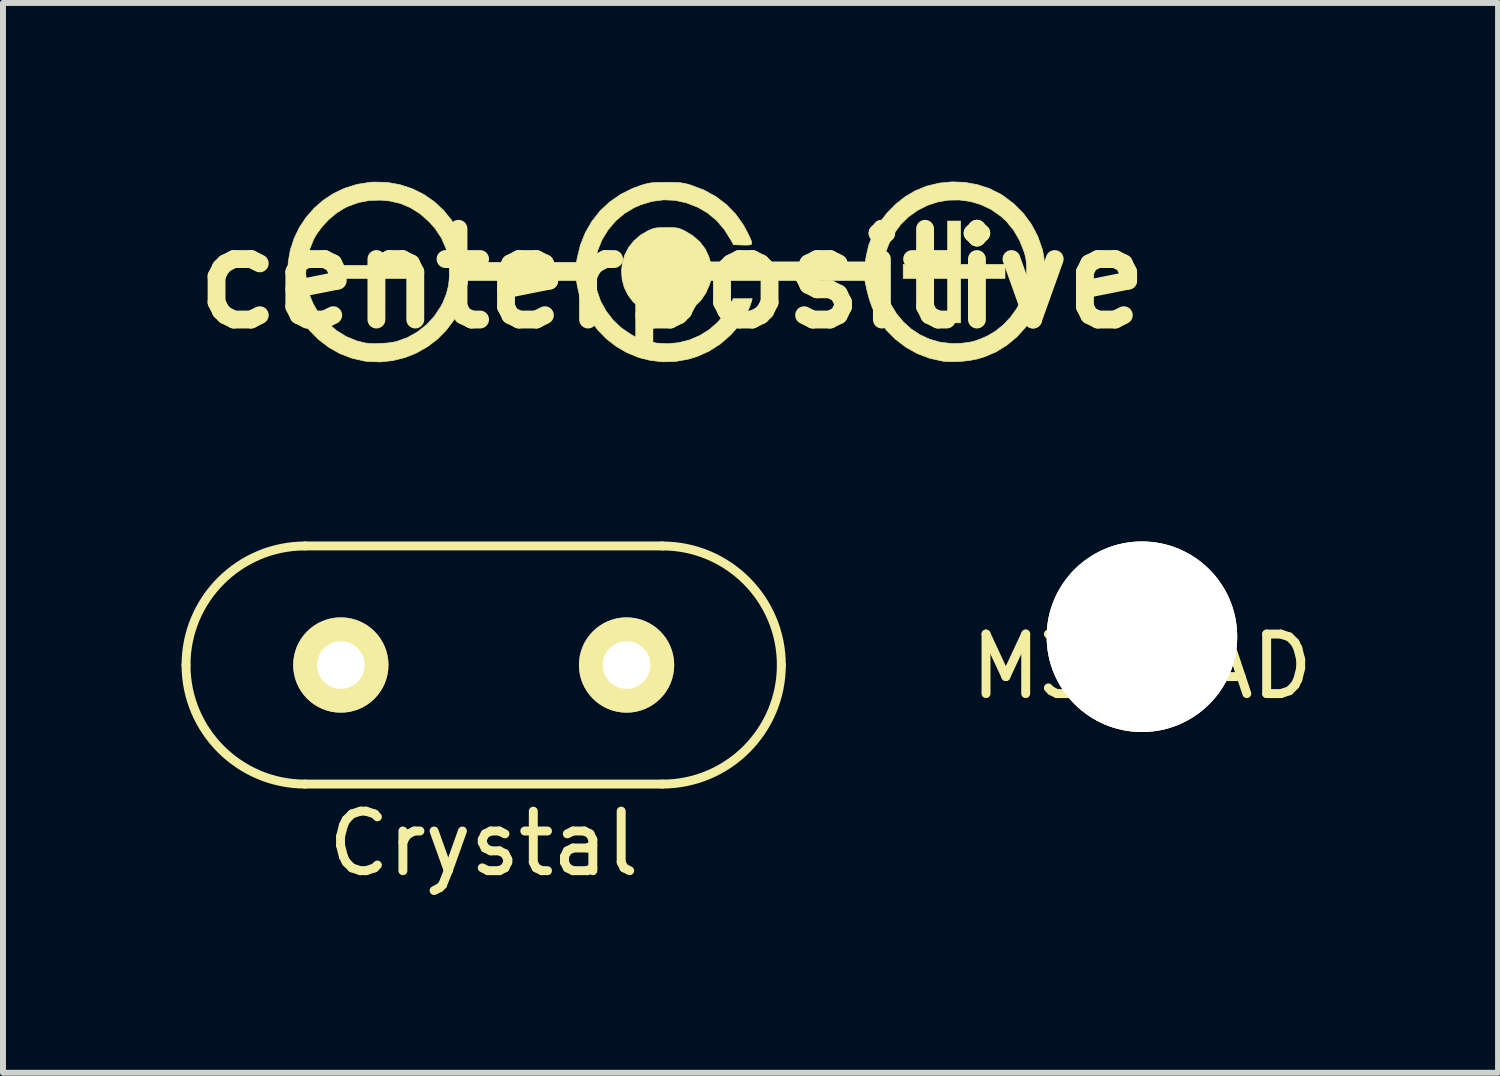
<source format=kicad_pcb>
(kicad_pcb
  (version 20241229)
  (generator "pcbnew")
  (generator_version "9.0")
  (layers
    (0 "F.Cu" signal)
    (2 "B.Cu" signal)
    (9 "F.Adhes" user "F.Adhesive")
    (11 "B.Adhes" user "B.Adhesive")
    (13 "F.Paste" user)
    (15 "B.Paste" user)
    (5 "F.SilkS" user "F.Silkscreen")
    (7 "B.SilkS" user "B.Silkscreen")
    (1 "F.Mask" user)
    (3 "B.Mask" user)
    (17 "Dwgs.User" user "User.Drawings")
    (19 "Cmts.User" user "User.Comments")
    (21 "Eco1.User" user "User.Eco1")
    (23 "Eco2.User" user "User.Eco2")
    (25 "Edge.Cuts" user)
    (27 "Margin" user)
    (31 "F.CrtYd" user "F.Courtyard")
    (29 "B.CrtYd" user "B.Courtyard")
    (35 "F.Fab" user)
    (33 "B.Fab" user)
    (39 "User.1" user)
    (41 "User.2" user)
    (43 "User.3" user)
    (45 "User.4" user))
  (footprint "Crystal"
    (layer "F.Cu")
    (at 5.075 8.121)
    (property "Reference" "Crystal" (at 0 3 0) (layer "F.SilkS") (effects (font (size 1 1) (thickness 0.15))))
    (attr through_hole)
    (fp_line (start -3 2) (end 3 2) (stroke (width 0.15) (type solid)) (layer "F.SilkS"))
    (fp_line (start 3 -2) (end -3 -2) (stroke (width 0.15) (type solid)) (layer "F.SilkS"))
    (fp_arc (start -5 0) (mid -4.414214 -1.414214) (end -3 -2) (stroke (width 0.15) (type solid)) (layer "F.SilkS"))
    (fp_arc (start -3 2) (mid -4.414214 1.414214) (end -5 0) (stroke (width 0.15) (type solid)) (layer "F.SilkS"))
    (fp_arc (start 3 -2) (mid 4.414214 -1.414214) (end 5 0) (stroke (width 0.15) (type solid)) (layer "F.SilkS"))
    (fp_arc (start 5 0) (mid 4.414214 1.414214) (end 3 2) (stroke (width 0.15) (type solid)) (layer "F.SilkS"))
    (pad "1" thru_hole circle (at 2.4 0) (size 1.6 1.6) (drill 0.8) (layers "*.Cu" "*.Mask" "F.SilkS"))
    (pad "2" thru_hole circle (at -2.4 0) (size 1.6 1.6) (drill 0.8) (layers "*.Cu" "*.Mask" "F.SilkS")))
  (footprint "centerpositive"
    (layer "F.Cu")
    (at 8.244 1.628)
    (property "Reference" "centerpositive" (at 0 0 0) (layer "F.SilkS") (effects (font (size 1.524 1.524) (thickness 0.3))))
    (attr through_hole)
    (fp_poly (pts (xy -4.394 0) (xy -5.537 0) (xy -5.537 -0.22) (xy -4.394 -0.22) (xy -4.394 0)) (stroke (width 0.01) (type solid)) (fill yes) (layer "F.SilkS"))
    (fp_poly (pts (xy 4.843 -0.237) (xy 5.588 -0.237) (xy 5.588 0) (xy 4.843 0) (xy 4.843 0.745) (xy 4.623 0.745) (xy 4.623 0) (xy 3.878 0) (xy 3.878 -0.237) (xy 4.623 -0.237) (xy 4.623 -0.965) (xy 4.843 -0.965) (xy 4.843 -0.237)) (stroke (width 0.01) (type solid)) (fill yes) (layer "F.SilkS"))
    (fp_poly (pts (xy 4.911 -1.615) (xy 5.123 -1.577) (xy 5.327 -1.51) (xy 5.517 -1.415) (xy 5.554 -1.392) (xy 5.738 -1.253) (xy 5.898 -1.092) (xy 6.031 -0.911) (xy 6.137 -0.711) (xy 6.213 -0.494) (xy 6.217 -0.483) (xy 6.242 -0.351) (xy 6.254 -0.199) (xy 6.254 -0.04) (xy 6.241 0.114) (xy 6.217 0.246) (xy 6.15 0.451) (xy 6.053 0.644) (xy 5.931 0.822) (xy 5.787 0.981) (xy 5.622 1.118) (xy 5.441 1.231) (xy 5.245 1.315) (xy 5.114 1.354) (xy 4.985 1.378) (xy 4.843 1.393) (xy 4.702 1.398) (xy 4.575 1.392) (xy 4.539 1.388) (xy 4.325 1.341) (xy 4.12 1.264) (xy 3.927 1.157) (xy 3.752 1.024) (xy 3.596 0.868) (xy 3.476 0.707) (xy 3.41 0.595) (xy 3.355 0.48) (xy 3.31 0.354) (xy 3.271 0.209) (xy 3.241 0.072) (xy 3.234 0.034) (xy 0.646 0.034) (xy 0.626 0.097) (xy 0.563 0.244) (xy 0.476 0.371) (xy 0.37 0.475) (xy 0.248 0.556) (xy 0.114 0.611) (xy -0.029 0.639) (xy -0.176 0.638) (xy -0.324 0.606) (xy -0.417 0.569) (xy -0.552 0.488) (xy -0.663 0.388) (xy -0.748 0.273) (xy -0.809 0.147) (xy -0.844 0.013) (xy -0.851 -0.082) (xy 3.538 -0.082) (xy 3.557 0.098) (xy 3.602 0.272) (xy 3.671 0.436) (xy 3.763 0.588) (xy 3.876 0.725) (xy 4.008 0.845) (xy 4.157 0.944) (xy 4.322 1.02) (xy 4.5 1.071) (xy 4.691 1.093) (xy 4.792 1.092) (xy 4.878 1.086) (xy 4.964 1.075) (xy 5.037 1.063) (xy 5.055 1.058) (xy 5.118 1.038) (xy 5.197 1.007) (xy 5.277 0.972) (xy 5.3 0.961) (xy 5.435 0.88) (xy 5.565 0.773) (xy 5.682 0.649) (xy 5.779 0.515) (xy 5.821 0.44) (xy 5.879 0.314) (xy 5.917 0.2) (xy 5.94 0.085) (xy 5.95 -0.044) (xy 5.951 -0.119) (xy 5.949 -0.22) (xy 5.943 -0.299) (xy 5.932 -0.367) (xy 5.913 -0.437) (xy 5.912 -0.44) (xy 5.835 -0.635) (xy 5.734 -0.81) (xy 5.61 -0.962) (xy 5.517 -1.047) (xy 5.354 -1.16) (xy 5.181 -1.242) (xy 5.002 -1.295) (xy 4.818 -1.319) (xy 4.635 -1.316) (xy 4.455 -1.285) (xy 4.281 -1.227) (xy 4.117 -1.143) (xy 3.966 -1.035) (xy 3.832 -0.902) (xy 3.718 -0.746) (xy 3.658 -0.635) (xy 3.587 -0.451) (xy 3.548 -0.266) (xy 3.538 -0.082) (xy -0.851 -0.082) (xy -0.854 -0.124) (xy -0.84 -0.261) (xy -0.8 -0.394) (xy -0.735 -0.52) (xy -0.645 -0.633) (xy -0.531 -0.731) (xy -0.409 -0.802) (xy -0.358 -0.825) (xy -0.315 -0.84) (xy -0.271 -0.849) (xy -0.217 -0.854) (xy -0.142 -0.855) (xy -0.101 -0.855) (xy -0.016 -0.855) (xy 0.045 -0.852) (xy 0.092 -0.846) (xy 0.133 -0.833) (xy 0.18 -0.813) (xy 0.221 -0.793) (xy 0.352 -0.712) (xy 0.464 -0.612) (xy 0.552 -0.497) (xy 0.611 -0.372) (xy 0.618 -0.351) (xy 0.639 -0.279) (xy 3.242 -0.279) (xy 3.256 -0.372) (xy 3.299 -0.56) (xy 3.373 -0.746) (xy 3.474 -0.925) (xy 3.599 -1.091) (xy 3.744 -1.241) (xy 3.907 -1.371) (xy 4.076 -1.471) (xy 4.274 -1.552) (xy 4.482 -1.602) (xy 4.696 -1.623) (xy 4.911 -1.615)) (stroke (width 0.01) (type solid)) (fill yes) (layer "F.SilkS"))
    (fp_poly (pts (xy -4.79 -1.614) (xy -4.575 -1.576) (xy -4.371 -1.509) (xy -4.179 -1.414) (xy -4.003 -1.293) (xy -3.846 -1.148) (xy -3.71 -0.981) (xy -3.598 -0.794) (xy -3.513 -0.589) (xy -3.508 -0.576) (xy -3.488 -0.507) (xy -3.471 -0.44) (xy -3.462 -0.398) (xy -3.459 -0.37) (xy -3.457 -0.347) (xy -3.453 -0.327) (xy -3.445 -0.312) (xy -3.431 -0.299) (xy -3.407 -0.289) (xy -3.37 -0.282) (xy -3.319 -0.277) (xy -3.251 -0.273) (xy -3.162 -0.272) (xy -3.05 -0.271) (xy -2.913 -0.271) (xy -2.748 -0.271) (xy -2.551 -0.271) (xy -2.523 -0.271) (xy -1.61 -0.271) (xy -1.6 -0.334) (xy -1.545 -0.56) (xy -1.462 -0.769) (xy -1.351 -0.961) (xy -1.214 -1.134) (xy -1.053 -1.285) (xy -0.87 -1.412) (xy -0.666 -1.514) (xy -0.513 -1.569) (xy -0.451 -1.587) (xy -0.397 -1.6) (xy -0.342 -1.608) (xy -0.278 -1.612) (xy -0.196 -1.614) (xy -0.102 -1.615) (xy 0.003 -1.614) (xy 0.083 -1.612) (xy 0.145 -1.607) (xy 0.2 -1.598) (xy 0.254 -1.585) (xy 0.312 -1.568) (xy 0.532 -1.485) (xy 0.731 -1.376) (xy 0.908 -1.241) (xy 1.062 -1.083) (xy 1.192 -0.901) (xy 1.262 -0.772) (xy 1.303 -0.687) (xy 1.328 -0.628) (xy 1.335 -0.591) (xy 1.322 -0.57) (xy 1.288 -0.562) (xy 1.231 -0.561) (xy 1.182 -0.562) (xy 1.027 -0.567) (xy 0.986 -0.643) (xy 0.872 -0.825) (xy 0.74 -0.978) (xy 0.59 -1.102) (xy 0.433 -1.194) (xy 0.239 -1.27) (xy 0.045 -1.313) (xy -0.147 -1.321) (xy -0.341 -1.296) (xy -0.534 -1.237) (xy -0.643 -1.189) (xy -0.806 -1.091) (xy -0.952 -0.967) (xy -1.077 -0.82) (xy -1.179 -0.655) (xy -1.252 -0.477) (xy -1.271 -0.413) (xy -1.296 -0.269) (xy -1.304 -0.11) (xy -1.296 0.049) (xy -1.27 0.193) (xy -1.207 0.376) (xy -1.113 0.546) (xy -0.994 0.701) (xy -0.852 0.834) (xy -0.691 0.943) (xy -0.637 0.972) (xy -0.454 1.044) (xy -0.266 1.085) (xy -0.078 1.096) (xy 0.109 1.078) (xy 0.289 1.032) (xy 0.46 0.959) (xy 0.619 0.86) (xy 0.76 0.737) (xy 0.882 0.59) (xy 0.959 0.463) (xy 1.024 0.339) (xy 1.183 0.339) (xy 1.341 0.339) (xy 1.33 0.385) (xy 1.296 0.485) (xy 1.239 0.598) (xy 1.166 0.716) (xy 1.082 0.832) (xy 0.99 0.937) (xy 0.975 0.952) (xy 0.805 1.1) (xy 0.616 1.221) (xy 0.411 1.312) (xy 0.273 1.354) (xy 0.056 1.393) (xy -0.159 1.4) (xy -0.369 1.376) (xy -0.572 1.324) (xy -0.765 1.245) (xy -0.944 1.14) (xy -1.108 1.013) (xy -1.254 0.863) (xy -1.379 0.694) (xy -1.481 0.507) (xy -1.556 0.303) (xy -1.593 0.141) (xy -1.612 0.034) (xy -3.436 0.034) (xy -3.446 0.097) (xy -3.456 0.143) (xy -3.471 0.209) (xy -3.491 0.284) (xy -3.499 0.313) (xy -3.571 0.515) (xy -3.672 0.701) (xy -3.798 0.869) (xy -3.945 1.018) (xy -4.112 1.145) (xy -4.294 1.249) (xy -4.489 1.328) (xy -4.695 1.379) (xy -4.908 1.402) (xy -5.124 1.393) (xy -5.17 1.387) (xy -5.383 1.339) (xy -5.586 1.261) (xy -5.774 1.154) (xy -5.946 1.022) (xy -6.098 0.867) (xy -6.227 0.692) (xy -6.33 0.498) (xy -6.382 0.363) (xy -6.438 0.148) (xy -6.46 -0.066) (xy -6.46 -0.074) (xy -6.158 -0.074) (xy -6.135 0.123) (xy -6.089 0.291) (xy -6.036 0.419) (xy -5.971 0.534) (xy -5.886 0.645) (xy -5.8 0.738) (xy -5.644 0.873) (xy -5.476 0.977) (xy -5.295 1.05) (xy -5.156 1.084) (xy -5.078 1.092) (xy -4.978 1.094) (xy -4.869 1.09) (xy -4.763 1.081) (xy -4.67 1.067) (xy -4.631 1.058) (xy -4.448 0.992) (xy -4.279 0.896) (xy -4.125 0.774) (xy -3.993 0.628) (xy -3.884 0.463) (xy -3.85 0.395) (xy -3.795 0.257) (xy -3.76 0.12) (xy -3.744 -0.03) (xy -3.743 -0.112) (xy -3.757 -0.315) (xy -3.802 -0.504) (xy -3.878 -0.679) (xy -3.985 -0.84) (xy -4.089 -0.957) (xy -4.24 -1.089) (xy -4.398 -1.189) (xy -4.566 -1.26) (xy -4.748 -1.302) (xy -4.894 -1.316) (xy -5.088 -1.311) (xy -5.272 -1.276) (xy -5.453 -1.21) (xy -5.509 -1.182) (xy -5.639 -1.101) (xy -5.765 -0.996) (xy -5.88 -0.875) (xy -5.975 -0.746) (xy -6.024 -0.66) (xy -6.102 -0.465) (xy -6.147 -0.27) (xy -6.158 -0.074) (xy -6.46 -0.074) (xy -6.453 -0.275) (xy -6.417 -0.479) (xy -6.353 -0.674) (xy -6.265 -0.857) (xy -6.152 -1.026) (xy -6.018 -1.18) (xy -5.864 -1.314) (xy -5.691 -1.428) (xy -5.502 -1.517) (xy -5.297 -1.581) (xy -5.079 -1.616) (xy -5.012 -1.62) (xy -4.79 -1.614)) (stroke (width 0.01) (type solid)) (fill yes) (layer "F.SilkS")))
  (footprint "M3_PAD"
    (layer "F.Cu")
    (at 16.132 7.646)
    (property "Reference" "M3_PAD" (at 0 0.5 0) (layer "F.SilkS") (effects (font (size 1 1) (thickness 0.15))))
    (attr through_hole)
    (pad "1" thru_hole circle (at 0 0) (size 3.2 3.2) (drill 3.2) (layers "*.Cu" "*.Mask" "F.SilkS")))
  (gr_rect
    (start -3 -3)
    (end 22.114 14.97)
    (stroke (width 0.1) (type default))
    (fill no)
    (layer "Edge.Cuts")))
</source>
